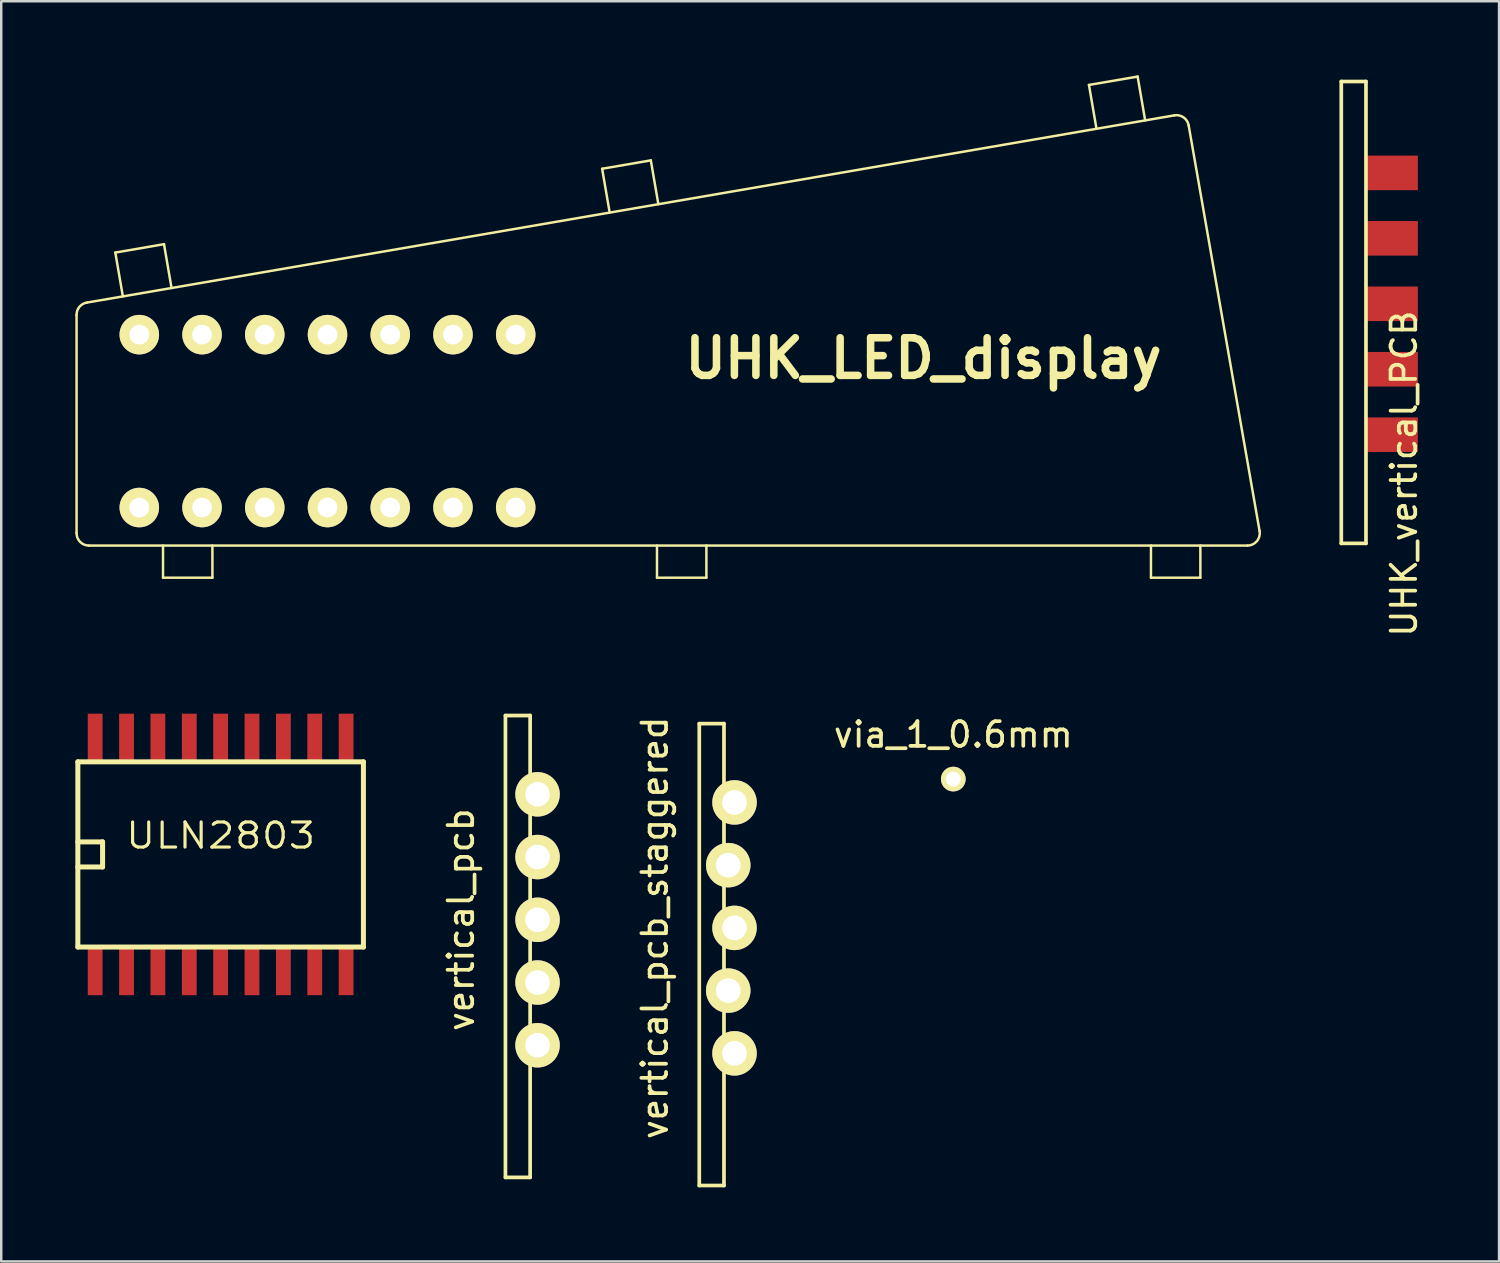
<source format=kicad_pcb>
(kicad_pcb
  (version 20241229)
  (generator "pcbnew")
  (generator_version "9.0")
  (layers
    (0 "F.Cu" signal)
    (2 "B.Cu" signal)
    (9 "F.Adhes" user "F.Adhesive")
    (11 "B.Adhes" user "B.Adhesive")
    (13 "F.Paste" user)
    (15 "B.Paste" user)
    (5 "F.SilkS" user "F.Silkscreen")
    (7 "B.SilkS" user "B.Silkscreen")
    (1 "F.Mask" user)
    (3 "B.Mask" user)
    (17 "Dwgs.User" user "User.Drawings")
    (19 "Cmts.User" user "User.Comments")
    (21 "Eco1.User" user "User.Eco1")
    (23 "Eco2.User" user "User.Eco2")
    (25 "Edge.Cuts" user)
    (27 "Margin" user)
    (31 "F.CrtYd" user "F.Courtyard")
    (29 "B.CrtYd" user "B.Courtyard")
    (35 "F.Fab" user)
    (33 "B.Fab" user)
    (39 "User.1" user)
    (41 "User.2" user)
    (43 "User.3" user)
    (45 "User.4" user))
  (footprint "ULN2803"
    (layer "F.Cu")
    (at 5.883 31.544)
    (property "Reference" "ULN2803" (at 0 -0.762 0) (layer "F.SilkS") (effects (font (size 1.016 1.143) (thickness 0.127))))
    (attr smd)
    (fp_line (start -5.781 -3.749) (end 5.781 -3.749) (stroke (width 0.203) (type solid)) (layer "F.SilkS"))
    (fp_line (start -5.781 -0.508) (end -4.78 -0.508) (stroke (width 0.203) (type solid)) (layer "F.SilkS"))
    (fp_line (start -5.781 0.508) (end -4.78 0.508) (stroke (width 0.203) (type solid)) (layer "F.SilkS"))
    (fp_line (start -5.781 3.749) (end -5.781 -3.749) (stroke (width 0.203) (type solid)) (layer "F.SilkS"))
    (fp_line (start -4.78 -0.508) (end -4.78 0.508) (stroke (width 0.203) (type solid)) (layer "F.SilkS"))
    (fp_line (start 5.781 -3.749) (end 5.781 3.749) (stroke (width 0.203) (type solid)) (layer "F.SilkS"))
    (fp_line (start 5.781 3.749) (end -5.781 3.749) (stroke (width 0.203) (type solid)) (layer "F.SilkS"))
    (pad "1" smd rect (at -5.08 4.699) (size 0.599 1.999) (layers "F.Cu" "F.Mask" "F.Paste"))
    (pad "2" smd rect (at -3.81 4.699) (size 0.599 1.999) (layers "F.Cu" "F.Mask" "F.Paste"))
    (pad "3" smd rect (at -2.54 4.699) (size 0.599 1.999) (layers "F.Cu" "F.Mask" "F.Paste"))
    (pad "4" smd rect (at -1.27 4.699) (size 0.599 1.999) (layers "F.Cu" "F.Mask" "F.Paste"))
    (pad "5" smd rect (at 0 4.699) (size 0.599 1.999) (layers "F.Cu" "F.Mask" "F.Paste"))
    (pad "6" smd rect (at 1.27 4.699) (size 0.599 1.999) (layers "F.Cu" "F.Mask" "F.Paste"))
    (pad "7" smd rect (at 2.54 4.699) (size 0.599 1.999) (layers "F.Cu" "F.Mask" "F.Paste"))
    (pad "8" smd rect (at 3.81 4.699) (size 0.599 1.999) (layers "F.Cu" "F.Mask" "F.Paste"))
    (pad "9" smd rect (at 5.08 4.699) (size 0.599 1.999) (layers "F.Cu" "F.Mask" "F.Paste"))
    (pad "10" smd rect (at 5.08 -4.699) (size 0.599 1.999) (layers "F.Cu" "F.Mask" "F.Paste"))
    (pad "11" smd rect (at 3.81 -4.699) (size 0.599 1.999) (layers "F.Cu" "F.Mask" "F.Paste"))
    (pad "12" smd rect (at 2.54 -4.699) (size 0.599 1.999) (layers "F.Cu" "F.Mask" "F.Paste"))
    (pad "13" smd rect (at 1.27 -4.699) (size 0.599 1.999) (layers "F.Cu" "F.Mask" "F.Paste"))
    (pad "14" smd rect (at 0 -4.699) (size 0.599 1.999) (layers "F.Cu" "F.Mask" "F.Paste"))
    (pad "15" smd rect (at -1.27 -4.699) (size 0.599 1.999) (layers "F.Cu" "F.Mask" "F.Paste"))
    (pad "16" smd rect (at -2.54 -4.699) (size 0.599 1.999) (layers "F.Cu" "F.Mask" "F.Paste"))
    (pad "17" smd rect (at -3.81 -4.699) (size 0.599 1.999) (layers "F.Cu" "F.Mask" "F.Paste"))
    (pad "18" smd rect (at -5.08 -4.699) (size 0.599 1.999) (layers "F.Cu" "F.Mask" "F.Paste")))
  (footprint "vertical_pcb"
    (layer "F.Cu")
    (at 18.714 34.19)
    (property "Reference" "vertical_pcb" (at -3.1 0 90) (layer "F.SilkS") (effects (font (size 1 1) (thickness 0.15))))
    (attr through_hole)
    (fp_line (start -1.3 -8.27) (end -0.3 -8.27) (stroke (width 0.15) (type solid)) (layer "F.SilkS"))
    (fp_line (start -1.3 10.43) (end -1.3 -8.27) (stroke (width 0.15) (type solid)) (layer "F.SilkS"))
    (fp_line (start -0.3 -8.27) (end -0.3 10.43) (stroke (width 0.15) (type solid)) (layer "F.SilkS"))
    (fp_line (start -0.3 10.43) (end -1.3 10.43) (stroke (width 0.15) (type solid)) (layer "F.SilkS"))
    (pad "1" thru_hole circle (at 0 -5.08) (size 1.8 1.8) (drill 1) (layers "*.Cu" "*.Mask" "F.SilkS"))
    (pad "2" thru_hole circle (at 0 -2.54) (size 1.8 1.8) (drill 1) (layers "*.Cu" "*.Mask" "F.SilkS"))
    (pad "3" thru_hole circle (at 0 0) (size 1.8 1.8) (drill 1) (layers "*.Cu" "*.Mask" "F.SilkS"))
    (pad "4" thru_hole circle (at 0 2.54) (size 1.8 1.8) (drill 1) (layers "*.Cu" "*.Mask" "F.SilkS"))
    (pad "5" thru_hole circle (at 0 5.08) (size 1.8 1.8) (drill 1) (layers "*.Cu" "*.Mask" "F.SilkS")))
  (footprint "via_1_0.6mm"
    (layer "F.Cu")
    (at 35.547 28.493)
    (property "Reference" "via_1_0.6mm" (at 0 -1.8 0) (layer "F.SilkS") (effects (font (size 1 1) (thickness 0.15))))
    (attr through_hole)
    (pad "1" thru_hole circle (at 0 0) (size 1 1) (drill 0.6) (layers "*.Cu" "*.Mask" "F.SilkS")))
  (footprint "UHK_LED_display"
    (layer "F.Cu")
    (at 10.21 13.999)
    (property "Reference" "UHK_LED_display" (at 24.13 -2.54 0) (layer "F.SilkS") (effects (font (size 1.524 1.524) (thickness 0.305))))
    (attr through_hole)
    (fp_line (start -10.16 4.54) (end -10.16 -4.306) (stroke (width 0.1) (type solid)) (layer "F.SilkS"))
    (fp_line (start -9.745 -4.798) (end 34.289 -12.379) (stroke (width 0.1) (type solid)) (layer "F.SilkS"))
    (fp_line (start -8.591 -6.823) (end -6.62 -7.163) (stroke (width 0.1) (type solid)) (layer "F.SilkS"))
    (fp_line (start -8.286 -5.049) (end -8.591 -6.823) (stroke (width 0.1) (type solid)) (layer "F.SilkS"))
    (fp_line (start -6.66 6.34) (end -6.66 5.04) (stroke (width 0.1) (type solid)) (layer "F.SilkS"))
    (fp_line (start -6.62 -7.163) (end -6.315 -5.389) (stroke (width 0.1) (type solid)) (layer "F.SilkS"))
    (fp_line (start -4.66 5.04) (end -4.66 6.34) (stroke (width 0.1) (type solid)) (layer "F.SilkS"))
    (fp_line (start -4.66 6.34) (end -6.66 6.34) (stroke (width 0.1) (type solid)) (layer "F.SilkS"))
    (fp_line (start 11.119 -10.217) (end 13.09 -10.556) (stroke (width 0.1) (type solid)) (layer "F.SilkS"))
    (fp_line (start 11.424 -8.443) (end 11.119 -10.217) (stroke (width 0.1) (type solid)) (layer "F.SilkS"))
    (fp_line (start 13.09 -10.556) (end 13.395 -8.782) (stroke (width 0.1) (type solid)) (layer "F.SilkS"))
    (fp_line (start 13.34 6.34) (end 13.34 5.04) (stroke (width 0.1) (type solid)) (layer "F.SilkS"))
    (fp_line (start 15.34 5.04) (end 15.34 6.34) (stroke (width 0.1) (type solid)) (layer "F.SilkS"))
    (fp_line (start 15.34 6.34) (end 13.34 6.34) (stroke (width 0.1) (type solid)) (layer "F.SilkS"))
    (fp_line (start 30.829 -13.61) (end 32.8 -13.949) (stroke (width 0.1) (type solid)) (layer "F.SilkS"))
    (fp_line (start 31.134 -11.836) (end 30.829 -13.61) (stroke (width 0.1) (type solid)) (layer "F.SilkS"))
    (fp_line (start 32.8 -13.949) (end 33.105 -12.175) (stroke (width 0.1) (type solid)) (layer "F.SilkS"))
    (fp_line (start 33.34 6.34) (end 33.34 5.04) (stroke (width 0.1) (type solid)) (layer "F.SilkS"))
    (fp_line (start 34.866 -11.972) (end 37.738 4.454) (stroke (width 0.1) (type solid)) (layer "F.SilkS"))
    (fp_line (start 35.34 5.04) (end 35.34 6.34) (stroke (width 0.1) (type solid)) (layer "F.SilkS"))
    (fp_line (start 35.34 6.34) (end 33.34 6.34) (stroke (width 0.1) (type solid)) (layer "F.SilkS"))
    (fp_line (start 37.245 5.04) (end -9.66 5.04) (stroke (width 0.1) (type solid)) (layer "F.SilkS"))
    (fp_arc (start -10.16 -4.30556) (mid -10.042371 -4.627729) (end -9.744829 -4.798312) (stroke (width 0.1) (type solid)) (layer "F.SilkS"))
    (fp_arc (start -9.66 5.04) (mid -10.013553 4.893553) (end -10.16 4.54) (stroke (width 0.1) (type solid)) (layer "F.SilkS"))
    (fp_arc (start 34.288977 -12.378876) (mid 34.661726 -12.294905) (end 34.866338 -11.972218) (stroke (width 0.1) (type solid)) (layer "F.SilkS"))
    (fp_arc (start 37.737553 4.453907) (mid 37.627804 4.861678) (end 37.245021 5.04) (stroke (width 0.1) (type solid)) (layer "F.SilkS"))
    (pad "1" thru_hole circle (at -7.62 3.5) (size 1.6 1.6) (drill 0.8) (layers "*.Cu" "*.Mask" "F.SilkS"))
    (pad "2" thru_hole circle (at -5.08 3.5) (size 1.6 1.6) (drill 0.8) (layers "*.Cu" "*.Mask" "F.SilkS"))
    (pad "3" thru_hole circle (at -2.54 3.5) (size 1.6 1.6) (drill 0.8) (layers "*.Cu" "*.Mask" "F.SilkS"))
    (pad "4" thru_hole circle (at 0 3.5) (size 1.6 1.6) (drill 0.8) (layers "*.Cu" "*.Mask" "F.SilkS"))
    (pad "5" thru_hole circle (at 2.54 3.5) (size 1.6 1.6) (drill 0.8) (layers "*.Cu" "*.Mask" "F.SilkS"))
    (pad "6" thru_hole circle (at 5.08 3.5) (size 1.6 1.6) (drill 0.8) (layers "*.Cu" "*.Mask" "F.SilkS"))
    (pad "7" thru_hole circle (at 7.62 3.5) (size 1.6 1.6) (drill 0.8) (layers "*.Cu" "*.Mask" "F.SilkS"))
    (pad "8" thru_hole circle (at 7.62 -3.5) (size 1.6 1.6) (drill 0.8) (layers "*.Cu" "*.Mask" "F.SilkS"))
    (pad "9" thru_hole circle (at 5.08 -3.5) (size 1.6 1.6) (drill 0.8) (layers "*.Cu" "*.Mask" "F.SilkS"))
    (pad "10" thru_hole circle (at 2.54 -3.5) (size 1.6 1.6) (drill 0.8) (layers "*.Cu" "*.Mask" "F.SilkS"))
    (pad "11" thru_hole circle (at 0 -3.5) (size 1.6 1.6) (drill 0.8) (layers "*.Cu" "*.Mask" "F.SilkS"))
    (pad "12" thru_hole circle (at -2.54 -3.5) (size 1.6 1.6) (drill 0.8) (layers "*.Cu" "*.Mask" "F.SilkS"))
    (pad "13" thru_hole circle (at -5.08 -3.5) (size 1.6 1.6) (drill 0.8) (layers "*.Cu" "*.Mask" "F.SilkS"))
    (pad "14" thru_hole circle (at -7.62 -3.5) (size 1.6 1.6) (drill 0.8) (layers "*.Cu" "*.Mask" "F.SilkS")))
  (footprint "UHK_vertical_PCB"
    (layer "F.Cu")
    (at 51.255 0.25)
    (property "Reference" "UHK_vertical_PCB" (at 2.54 15.875 90) (layer "F.SilkS") (effects (font (size 1 1) (thickness 0.15))))
    (attr through_hole)
    (fp_line (start 0 0) (end 1 0) (stroke (width 0.15) (type solid)) (layer "F.SilkS"))
    (fp_line (start 0 18.7) (end 0 0) (stroke (width 0.15) (type solid)) (layer "F.SilkS"))
    (fp_line (start 1 0) (end 1 18.7) (stroke (width 0.15) (type solid)) (layer "F.SilkS"))
    (fp_line (start 1 18.7) (end 0 18.7) (stroke (width 0.15) (type solid)) (layer "F.SilkS"))
    (pad "1" smd rect (at 2.05 3.7) (size 2.1 1.4) (layers "F.Cu" "F.Mask" "F.Paste"))
    (pad "2" smd rect (at 2.05 6.35) (size 2.1 1.4) (layers "F.Cu" "F.Mask" "F.Paste"))
    (pad "3" smd rect (at 2.05 9) (size 2.1 1.4) (layers "F.Cu" "F.Mask" "F.Paste"))
    (pad "4" smd rect (at 2.05 11.65) (size 2.1 1.4) (layers "F.Cu" "F.Mask" "F.Paste"))
    (pad "5" smd rect (at 2.05 14.3) (size 2.1 1.4) (layers "F.Cu" "F.Mask" "F.Paste")))
  (footprint "vertical_pcb_staggered"
    (layer "F.Cu")
    (at 26.562 34.518)
    (property "Reference" "vertical_pcb_staggered" (at -3.1 0 90) (layer "F.SilkS") (effects (font (size 1 1) (thickness 0.15))))
    (attr through_hole)
    (fp_line (start -1.3 -8.27) (end -0.3 -8.27) (stroke (width 0.15) (type solid)) (layer "F.SilkS"))
    (fp_line (start -1.3 10.43) (end -1.3 -8.27) (stroke (width 0.15) (type solid)) (layer "F.SilkS"))
    (fp_line (start -0.3 -8.27) (end -0.3 10.43) (stroke (width 0.15) (type solid)) (layer "F.SilkS"))
    (fp_line (start -0.3 10.43) (end -1.3 10.43) (stroke (width 0.15) (type solid)) (layer "F.SilkS"))
    (pad "1" thru_hole circle (at 0.127 -5.08) (size 1.8 1.8) (drill 1) (layers "*.Cu" "*.Mask" "F.SilkS"))
    (pad "2" thru_hole circle (at -0.127 -2.54) (size 1.8 1.8) (drill 1) (layers "*.Cu" "*.Mask" "F.SilkS"))
    (pad "3" thru_hole circle (at 0.127 0) (size 1.8 1.8) (drill 1) (layers "*.Cu" "*.Mask" "F.SilkS"))
    (pad "4" thru_hole circle (at -0.127 2.54) (size 1.8 1.8) (drill 1) (layers "*.Cu" "*.Mask" "F.SilkS"))
    (pad "5" thru_hole circle (at 0.127 5.08) (size 1.8 1.8) (drill 1) (layers "*.Cu" "*.Mask" "F.SilkS")))
  (gr_rect
    (start -3 -3)
    (end 57.643 48.023)
    (stroke (width 0.1) (type default))
    (fill no)
    (layer "Edge.Cuts")))
</source>
